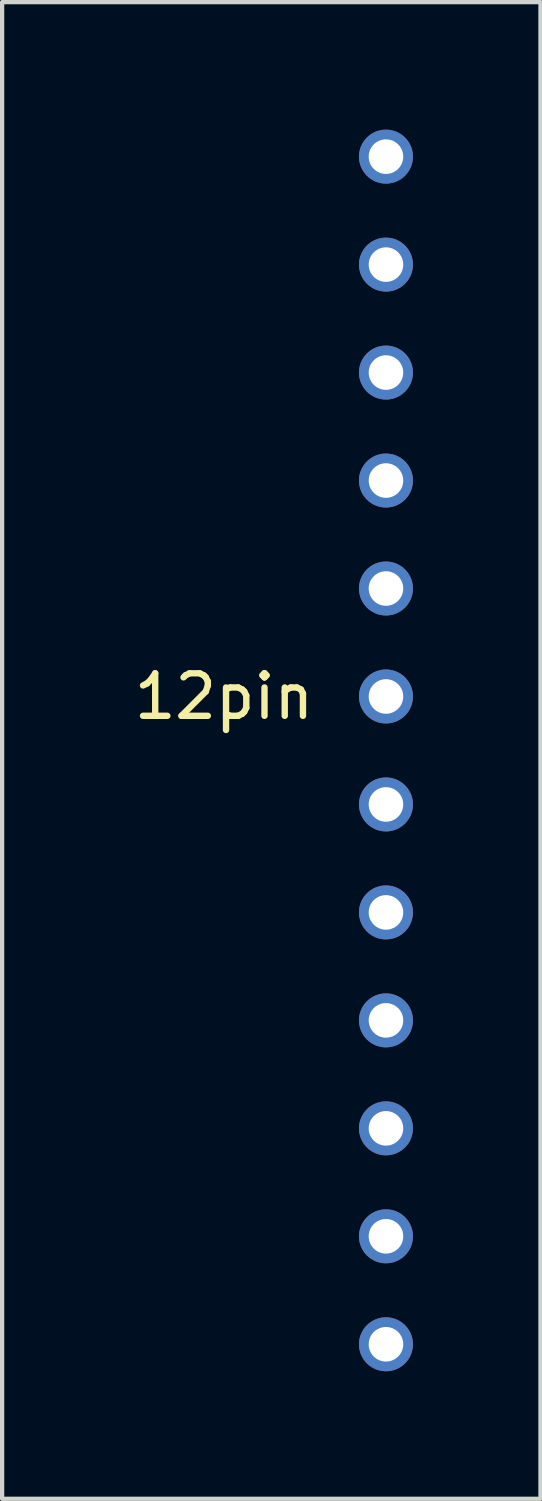
<source format=kicad_pcb>
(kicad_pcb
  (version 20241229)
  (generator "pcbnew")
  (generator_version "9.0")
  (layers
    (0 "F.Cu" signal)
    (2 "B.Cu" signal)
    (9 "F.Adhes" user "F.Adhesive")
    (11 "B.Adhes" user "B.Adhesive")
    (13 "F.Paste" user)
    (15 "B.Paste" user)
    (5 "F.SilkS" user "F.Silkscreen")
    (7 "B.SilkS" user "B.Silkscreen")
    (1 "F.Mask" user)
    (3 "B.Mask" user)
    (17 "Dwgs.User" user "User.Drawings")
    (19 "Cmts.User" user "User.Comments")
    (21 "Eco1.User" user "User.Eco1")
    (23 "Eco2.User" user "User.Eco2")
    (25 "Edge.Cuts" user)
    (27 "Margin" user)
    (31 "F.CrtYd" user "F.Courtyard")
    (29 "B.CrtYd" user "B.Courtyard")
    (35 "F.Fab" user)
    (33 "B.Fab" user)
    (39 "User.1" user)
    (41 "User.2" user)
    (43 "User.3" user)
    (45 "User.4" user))
  (footprint "12pin"
    (layer "F.Cu")
    (at 6.03 14.605)
    (property "Reference" "12pin" (at -3.81 -1.27 0) (layer "F.SilkS") (effects (font (size 1 1) (thickness 0.15))))
    (attr through_hole)
    (pad "1" thru_hole circle (at 0 -13.97) (size 1.27 1.27) (drill 0.813) (layers "*.Cu" "*.Mask"))
    (pad "2" thru_hole circle (at 0 -11.43) (size 1.27 1.27) (drill 0.813) (layers "*.Cu" "*.Mask"))
    (pad "3" thru_hole circle (at 0 -8.89) (size 1.27 1.27) (drill 0.813) (layers "*.Cu" "*.Mask"))
    (pad "4" thru_hole circle (at 0 -6.35) (size 1.27 1.27) (drill 0.813) (layers "*.Cu" "*.Mask"))
    (pad "5" thru_hole circle (at 0 -3.81) (size 1.27 1.27) (drill 0.813) (layers "*.Cu" "*.Mask"))
    (pad "6" thru_hole circle (at 0 -1.27) (size 1.27 1.27) (drill 0.813) (layers "*.Cu" "*.Mask"))
    (pad "7" thru_hole circle (at 0 1.27) (size 1.27 1.27) (drill 0.813) (layers "*.Cu" "*.Mask"))
    (pad "8" thru_hole circle (at 0 3.81) (size 1.27 1.27) (drill 0.813) (layers "*.Cu" "*.Mask"))
    (pad "9" thru_hole circle (at 0 6.35) (size 1.27 1.27) (drill 0.813) (layers "*.Cu" "*.Mask"))
    (pad "10" thru_hole circle (at 0 8.89) (size 1.27 1.27) (drill 0.813) (layers "*.Cu" "*.Mask"))
    (pad "11" thru_hole circle (at 0 11.43) (size 1.27 1.27) (drill 0.813) (layers "*.Cu" "*.Mask"))
    (pad "12" thru_hole circle (at 0 13.97) (size 1.27 1.27) (drill 0.813) (layers "*.Cu" "*.Mask")))
  (gr_rect
    (start -3 -3)
    (end 9.665 32.21)
    (stroke (width 0.1) (type default))
    (fill no)
    (layer "Edge.Cuts")))
</source>
